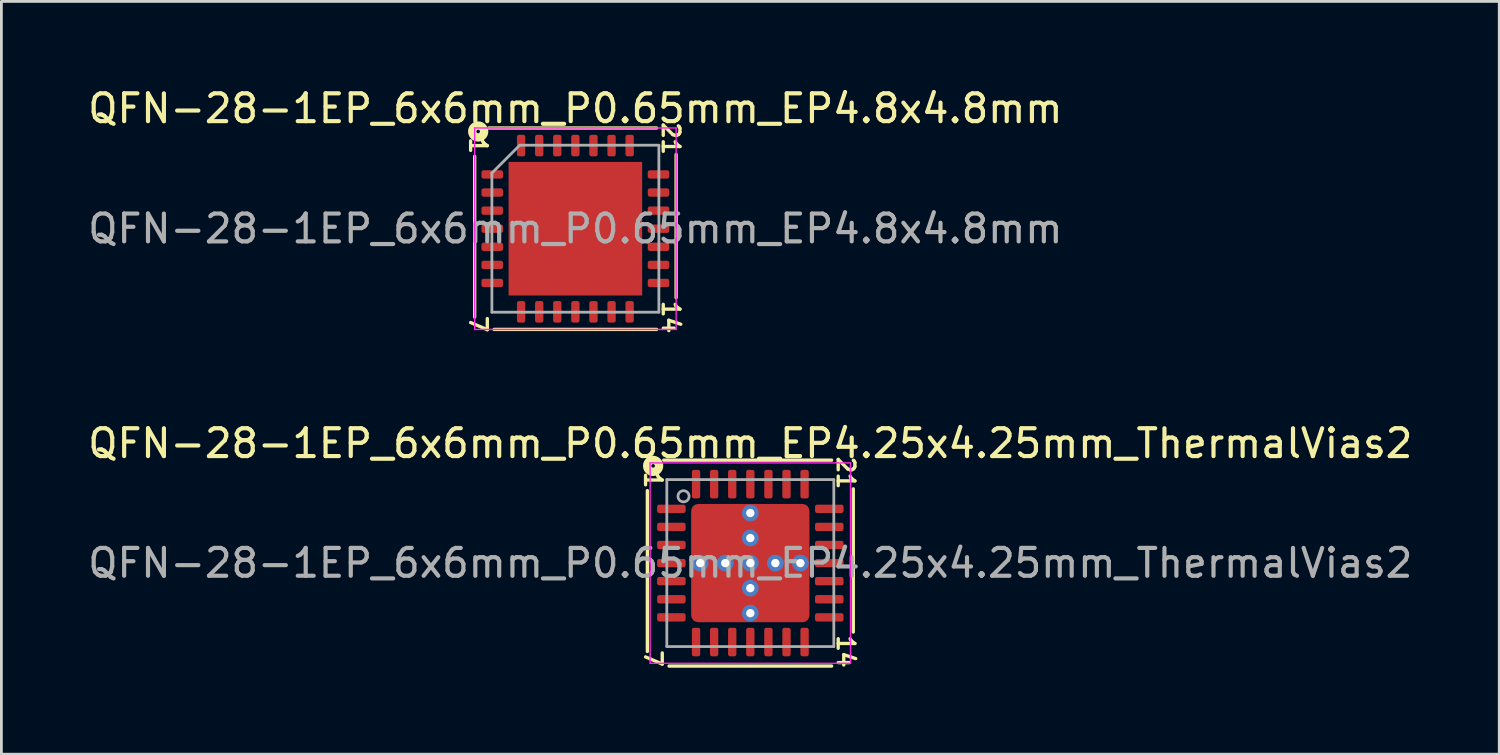
<source format=kicad_pcb>
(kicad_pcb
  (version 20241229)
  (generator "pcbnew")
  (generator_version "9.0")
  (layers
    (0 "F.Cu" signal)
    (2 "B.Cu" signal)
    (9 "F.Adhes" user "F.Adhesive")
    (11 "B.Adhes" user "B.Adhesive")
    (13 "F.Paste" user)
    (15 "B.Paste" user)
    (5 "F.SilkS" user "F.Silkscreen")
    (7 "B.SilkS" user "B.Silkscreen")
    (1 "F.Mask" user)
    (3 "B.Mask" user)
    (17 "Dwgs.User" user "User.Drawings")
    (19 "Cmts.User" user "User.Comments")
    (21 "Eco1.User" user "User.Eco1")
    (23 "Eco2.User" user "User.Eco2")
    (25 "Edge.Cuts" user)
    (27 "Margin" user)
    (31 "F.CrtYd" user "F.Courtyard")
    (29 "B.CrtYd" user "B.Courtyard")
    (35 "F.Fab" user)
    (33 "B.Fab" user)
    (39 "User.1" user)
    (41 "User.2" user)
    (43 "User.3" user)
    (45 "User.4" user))
  (footprint "QFN-28-1EP_6x6mm_P0.65mm_EP4.25x4.25mm_ThermalVias2"
    (layer "F.Cu")
    (at 23.911 17.183)
    (property "Reference" "QFN-28-1EP_6x6mm_P0.65mm_EP4.25x4.25mm_ThermalVias2" (at 0 -4.3 0) (layer "F.SilkS") (effects (font (size 1 1) (thickness 0.15))))
    (attr smd)
    (fp_line (start -3.7 -2.603) (end -3.7 3.175) (stroke (width 0.12) (type solid)) (layer "F.SilkS"))
    (fp_line (start -2.921 3.7) (end 2.921 3.7) (stroke (width 0.12) (type solid)) (layer "F.SilkS"))
    (fp_line (start 2.921 -3.7) (end -3.111 -3.7) (stroke (width 0.12) (type solid)) (layer "F.SilkS"))
    (fp_line (start 3.7 2.477) (end 3.7 -2.667) (stroke (width 0.12) (type solid)) (layer "F.SilkS"))
    (fp_circle (center -3.493 -3.493) (end -3.429 -3.493) (stroke (width 0.3) (type solid)) (fill no) (layer "F.SilkS"))
    (fp_line (start -3.6 -3.6) (end -3.6 3.6) (stroke (width 0.05) (type solid)) (layer "F.CrtYd"))
    (fp_line (start -3.6 3.6) (end 3.6 3.6) (stroke (width 0.05) (type solid)) (layer "F.CrtYd"))
    (fp_line (start 3.6 -3.6) (end -3.6 -3.6) (stroke (width 0.05) (type solid)) (layer "F.CrtYd"))
    (fp_line (start 3.6 3.6) (end 3.6 -3.6) (stroke (width 0.05) (type solid)) (layer "F.CrtYd"))
    (fp_line (start -3 -3) (end 3 -3) (stroke (width 0.1) (type solid)) (layer "F.Fab"))
    (fp_line (start -3 3) (end -3 -3) (stroke (width 0.1) (type solid)) (layer "F.Fab"))
    (fp_line (start 3 -3) (end 3 3) (stroke (width 0.1) (type solid)) (layer "F.Fab"))
    (fp_line (start 3 3) (end -3 3) (stroke (width 0.1) (type solid)) (layer "F.Fab"))
    (fp_circle (center -2.4 -2.4) (end -2.2 -2.4) (stroke (width 0.1) (type solid)) (fill no) (layer "F.Fab"))
    (fp_text user "7" (at -3.493 3.429 270) (unlocked yes) (layer "F.SilkS") (effects (font (size 0.6 0.6) (thickness 0.12))))
    (fp_text user "1" (at -3.493 -2.985 270) (unlocked yes) (layer "F.SilkS") (effects (font (size 0.6 0.6) (thickness 0.12))))
    (fp_text user "14" (at 3.429 3.175 270) (unlocked yes) (layer "F.SilkS") (effects (font (size 0.6 0.6) (thickness 0.12))))
    (fp_text user "21" (at 3.429 -3.239 270) (unlocked yes) (layer "F.SilkS") (effects (font (size 0.6 0.6) (thickness 0.12))))
    (fp_text user "${REFERENCE}" (at 0 0 0) (layer "F.Fab") (effects (font (size 1 1) (thickness 0.15))))
    (pad "" smd roundrect (at -1.575 -1.575) (size 0.65 0.65) (layers "F.Paste") (roundrect_rratio 0.25))
    (pad "" smd roundrect (at -1.575 -0.725) (size 0.65 0.65) (layers "F.Paste") (roundrect_rratio 0.25))
    (pad "" smd roundrect (at -1.575 0.725) (size 0.65 0.65) (layers "F.Paste") (roundrect_rratio 0.25))
    (pad "" smd roundrect (at -1.575 1.575) (size 0.65 0.65) (layers "F.Paste") (roundrect_rratio 0.25))
    (pad "" smd roundrect (at -1.163 -1.163) (size 1.725 1.725) (layers "F.Mask") (roundrect_rratio 0.145))
    (pad "" smd roundrect (at -1.163 1.163) (size 1.725 1.725) (layers "F.Mask") (roundrect_rratio 0.145))
    (pad "" smd roundrect (at -0.725 -1.575) (size 0.65 0.65) (layers "F.Paste") (roundrect_rratio 0.25))
    (pad "" smd roundrect (at -0.725 -0.725) (size 0.65 0.65) (layers "F.Paste") (roundrect_rratio 0.25))
    (pad "" smd roundrect (at -0.725 0.725) (size 0.65 0.65) (layers "F.Paste") (roundrect_rratio 0.25))
    (pad "" smd roundrect (at -0.725 1.575) (size 0.65 0.65) (layers "F.Paste") (roundrect_rratio 0.25))
    (pad "" smd roundrect (at 0.725 -1.575) (size 0.65 0.65) (layers "F.Paste") (roundrect_rratio 0.25))
    (pad "" smd roundrect (at 0.725 -0.725) (size 0.65 0.65) (layers "F.Paste") (roundrect_rratio 0.25))
    (pad "" smd roundrect (at 0.725 0.725) (size 0.65 0.65) (layers "F.Paste") (roundrect_rratio 0.25))
    (pad "" smd roundrect (at 0.725 1.575) (size 0.65 0.65) (layers "F.Paste") (roundrect_rratio 0.25))
    (pad "" smd roundrect (at 1.163 -1.163) (size 1.725 1.725) (layers "F.Mask") (roundrect_rratio 0.145))
    (pad "" smd roundrect (at 1.163 1.163) (size 1.725 1.725) (layers "F.Mask") (roundrect_rratio 0.145))
    (pad "" smd roundrect (at 1.575 -1.575) (size 0.65 0.65) (layers "F.Paste") (roundrect_rratio 0.25))
    (pad "" smd roundrect (at 1.575 -0.725) (size 0.65 0.65) (layers "F.Paste") (roundrect_rratio 0.25))
    (pad "" smd roundrect (at 1.575 0.725) (size 0.65 0.65) (layers "F.Paste") (roundrect_rratio 0.25))
    (pad "" smd roundrect (at 1.575 1.575) (size 0.65 0.65) (layers "F.Paste") (roundrect_rratio 0.25))
    (pad "1" smd roundrect (at -2.837 -1.95) (size 1.025 0.3) (layers "F.Cu" "F.Mask" "F.Paste") (roundrect_rratio 0.25))
    (pad "2" smd roundrect (at -2.837 -1.3) (size 1.025 0.3) (layers "F.Cu" "F.Mask" "F.Paste") (roundrect_rratio 0.25))
    (pad "3" smd roundrect (at -2.837 -0.65) (size 1.025 0.3) (layers "F.Cu" "F.Mask" "F.Paste") (roundrect_rratio 0.25))
    (pad "4" smd roundrect (at -2.837 0) (size 1.025 0.3) (layers "F.Cu" "F.Mask" "F.Paste") (roundrect_rratio 0.25))
    (pad "5" smd roundrect (at -2.837 0.65) (size 1.025 0.3) (layers "F.Cu" "F.Mask" "F.Paste") (roundrect_rratio 0.25))
    (pad "6" smd roundrect (at -2.837 1.3) (size 1.025 0.3) (layers "F.Cu" "F.Mask" "F.Paste") (roundrect_rratio 0.25))
    (pad "7" smd roundrect (at -2.837 1.95) (size 1.025 0.3) (layers "F.Cu" "F.Mask" "F.Paste") (roundrect_rratio 0.25))
    (pad "8" smd roundrect (at -1.95 2.837) (size 0.3 1.025) (layers "F.Cu" "F.Mask" "F.Paste") (roundrect_rratio 0.25))
    (pad "9" smd roundrect (at -1.3 2.837) (size 0.3 1.025) (layers "F.Cu" "F.Mask" "F.Paste") (roundrect_rratio 0.25))
    (pad "10" smd roundrect (at -0.65 2.837) (size 0.3 1.025) (layers "F.Cu" "F.Mask" "F.Paste") (roundrect_rratio 0.25))
    (pad "11" smd roundrect (at 0 2.837) (size 0.3 1.025) (layers "F.Cu" "F.Mask" "F.Paste") (roundrect_rratio 0.25))
    (pad "12" smd roundrect (at 0.65 2.837) (size 0.3 1.025) (layers "F.Cu" "F.Mask" "F.Paste") (roundrect_rratio 0.25))
    (pad "13" smd roundrect (at 1.3 2.837) (size 0.3 1.025) (layers "F.Cu" "F.Mask" "F.Paste") (roundrect_rratio 0.25))
    (pad "14" smd roundrect (at 1.95 2.837) (size 0.3 1.025) (layers "F.Cu" "F.Mask" "F.Paste") (roundrect_rratio 0.25))
    (pad "15" smd roundrect (at 2.837 1.95) (size 1.025 0.3) (layers "F.Cu" "F.Mask" "F.Paste") (roundrect_rratio 0.25))
    (pad "16" smd roundrect (at 2.837 1.3) (size 1.025 0.3) (layers "F.Cu" "F.Mask" "F.Paste") (roundrect_rratio 0.25))
    (pad "17" smd roundrect (at 2.837 0.65) (size 1.025 0.3) (layers "F.Cu" "F.Mask" "F.Paste") (roundrect_rratio 0.25))
    (pad "18" smd roundrect (at 2.837 0) (size 1.025 0.3) (layers "F.Cu" "F.Mask" "F.Paste") (roundrect_rratio 0.25))
    (pad "19" smd roundrect (at 2.837 -0.65) (size 1.025 0.3) (layers "F.Cu" "F.Mask" "F.Paste") (roundrect_rratio 0.25))
    (pad "20" smd roundrect (at 2.837 -1.3) (size 1.025 0.3) (layers "F.Cu" "F.Mask" "F.Paste") (roundrect_rratio 0.25))
    (pad "21" smd roundrect (at 2.837 -1.95) (size 1.025 0.3) (layers "F.Cu" "F.Mask" "F.Paste") (roundrect_rratio 0.25))
    (pad "22" smd roundrect (at 1.95 -2.837) (size 0.3 1.025) (layers "F.Cu" "F.Mask" "F.Paste") (roundrect_rratio 0.25))
    (pad "23" smd roundrect (at 1.3 -2.837) (size 0.3 1.025) (layers "F.Cu" "F.Mask" "F.Paste") (roundrect_rratio 0.25))
    (pad "24" smd roundrect (at 0.65 -2.837) (size 0.3 1.025) (layers "F.Cu" "F.Mask" "F.Paste") (roundrect_rratio 0.25))
    (pad "25" smd roundrect (at 0 -2.837) (size 0.3 1.025) (layers "F.Cu" "F.Mask" "F.Paste") (roundrect_rratio 0.25))
    (pad "26" smd roundrect (at -0.65 -2.837) (size 0.3 1.025) (layers "F.Cu" "F.Mask" "F.Paste") (roundrect_rratio 0.25))
    (pad "27" smd roundrect (at -1.3 -2.837) (size 0.3 1.025) (layers "F.Cu" "F.Mask" "F.Paste") (roundrect_rratio 0.25))
    (pad "28" smd roundrect (at -1.95 -2.837) (size 0.3 1.025) (layers "F.Cu" "F.Mask" "F.Paste") (roundrect_rratio 0.25))
    (pad "29" thru_hole circle (at -1.8 0) (size 0.6 0.6) (drill 0.3) (property pad_prop_heatsink) (layers "*.Cu" "*.Mask"))
    (pad "29" thru_hole circle (at -0.9 0) (size 0.6 0.6) (drill 0.3) (property pad_prop_heatsink) (layers "*.Cu" "*.Mask"))
    (pad "29" thru_hole circle (at 0 -1.8) (size 0.6 0.6) (drill 0.3) (property pad_prop_heatsink) (layers "*.Cu" "*.Mask"))
    (pad "29" thru_hole circle (at 0 -0.9) (size 0.6 0.6) (drill 0.3) (property pad_prop_heatsink) (layers "*.Cu" "*.Mask"))
    (pad "29" thru_hole circle (at 0 0) (size 0.6 0.6) (drill 0.3) (property pad_prop_heatsink) (layers "*.Cu" "*.Mask"))
    (pad "29" smd roundrect (at 0 0) (size 4.25 4.25) (layers "F.Cu") (roundrect_rratio 0.059))
    (pad "29" thru_hole circle (at 0 0.9) (size 0.6 0.6) (drill 0.3) (property pad_prop_heatsink) (layers "*.Cu" "*.Mask"))
    (pad "29" thru_hole circle (at 0 1.8) (size 0.6 0.6) (drill 0.3) (property pad_prop_heatsink) (layers "*.Cu" "*.Mask"))
    (pad "29" thru_hole circle (at 0.9 0) (size 0.6 0.6) (drill 0.3) (property pad_prop_heatsink) (layers "*.Cu" "*.Mask"))
    (pad "29" thru_hole circle (at 1.8 0) (size 0.6 0.6) (drill 0.3) (property pad_prop_heatsink) (layers "*.Cu" "*.Mask")))
  (footprint "QFN-28-1EP_6x6mm_P0.65mm_EP4.8x4.8mm"
    (layer "F.Cu")
    (at 17.625 5.168)
    (property "Reference" "QFN-28-1EP_6x6mm_P0.65mm_EP4.8x4.8mm" (at 0 -4.32 0) (layer "F.SilkS") (effects (font (size 1 1) (thickness 0.15))))
    (attr smd)
    (fp_line (start -3.619 -2.603) (end -3.619 3.175) (stroke (width 0.12) (type solid)) (layer "F.SilkS"))
    (fp_line (start -2.921 3.619) (end 2.921 3.619) (stroke (width 0.12) (type solid)) (layer "F.SilkS"))
    (fp_line (start 2.921 -3.619) (end -3.111 -3.619) (stroke (width 0.12) (type solid)) (layer "F.SilkS"))
    (fp_line (start 3.619 2.477) (end 3.619 -2.667) (stroke (width 0.12) (type solid)) (layer "F.SilkS"))
    (fp_circle (center -3.493 -3.493) (end -3.429 -3.493) (stroke (width 0.3) (type solid)) (fill no) (layer "F.SilkS"))
    (fp_line (start -3.62 -3.62) (end -3.62 3.62) (stroke (width 0.05) (type solid)) (layer "F.CrtYd"))
    (fp_line (start -3.62 3.62) (end 3.62 3.62) (stroke (width 0.05) (type solid)) (layer "F.CrtYd"))
    (fp_line (start 3.62 -3.62) (end -3.62 -3.62) (stroke (width 0.05) (type solid)) (layer "F.CrtYd"))
    (fp_line (start 3.62 3.62) (end 3.62 -3.62) (stroke (width 0.05) (type solid)) (layer "F.CrtYd"))
    (fp_line (start -3 -2) (end -2 -3) (stroke (width 0.1) (type solid)) (layer "F.Fab"))
    (fp_line (start -3 3) (end -3 -2) (stroke (width 0.1) (type solid)) (layer "F.Fab"))
    (fp_line (start -2 -3) (end 3 -3) (stroke (width 0.1) (type solid)) (layer "F.Fab"))
    (fp_line (start 3 -3) (end 3 3) (stroke (width 0.1) (type solid)) (layer "F.Fab"))
    (fp_line (start 3 3) (end -3 3) (stroke (width 0.1) (type solid)) (layer "F.Fab"))
    (fp_text user "14" (at 3.429 3.175 270) (unlocked yes) (layer "F.SilkS") (effects (font (size 0.6 0.6) (thickness 0.12))))
    (fp_text user "21" (at 3.429 -3.239 270) (unlocked yes) (layer "F.SilkS") (effects (font (size 0.6 0.6) (thickness 0.12))))
    (fp_text user "1" (at -3.493 -2.985 270) (unlocked yes) (layer "F.SilkS") (effects (font (size 0.6 0.6) (thickness 0.12))))
    (fp_text user "7" (at -3.493 3.429 270) (unlocked yes) (layer "F.SilkS") (effects (font (size 0.6 0.6) (thickness 0.12))))
    (fp_text user "${REFERENCE}" (at 0 0 0) (layer "F.Fab") (effects (font (size 1 1) (thickness 0.15))))
    (pad "" smd roundrect (at -1.6 -1.6) (size 1.29 1.29) (layers "F.Paste") (roundrect_rratio 0.194))
    (pad "" smd roundrect (at -1.6 0) (size 1.29 1.29) (layers "F.Paste") (roundrect_rratio 0.194))
    (pad "" smd roundrect (at -1.6 1.6) (size 1.29 1.29) (layers "F.Paste") (roundrect_rratio 0.194))
    (pad "" smd roundrect (at 0 -1.6) (size 1.29 1.29) (layers "F.Paste") (roundrect_rratio 0.194))
    (pad "" smd roundrect (at 0 0) (size 1.29 1.29) (layers "F.Paste") (roundrect_rratio 0.194))
    (pad "" smd roundrect (at 0 1.6) (size 1.29 1.29) (layers "F.Paste") (roundrect_rratio 0.194))
    (pad "" smd roundrect (at 1.6 -1.6) (size 1.29 1.29) (layers "F.Paste") (roundrect_rratio 0.194))
    (pad "" smd roundrect (at 1.6 0) (size 1.29 1.29) (layers "F.Paste") (roundrect_rratio 0.194))
    (pad "" smd roundrect (at 1.6 1.6) (size 1.29 1.29) (layers "F.Paste") (roundrect_rratio 0.194))
    (pad "1" smd roundrect (at -2.987 -1.95) (size 0.775 0.3) (layers "F.Cu" "F.Mask" "F.Paste") (roundrect_rratio 0.25))
    (pad "2" smd roundrect (at -2.987 -1.3) (size 0.775 0.3) (layers "F.Cu" "F.Mask" "F.Paste") (roundrect_rratio 0.25))
    (pad "3" smd roundrect (at -2.987 -0.65) (size 0.775 0.3) (layers "F.Cu" "F.Mask" "F.Paste") (roundrect_rratio 0.25))
    (pad "4" smd roundrect (at -2.987 0) (size 0.775 0.3) (layers "F.Cu" "F.Mask" "F.Paste") (roundrect_rratio 0.25))
    (pad "5" smd roundrect (at -2.987 0.65) (size 0.775 0.3) (layers "F.Cu" "F.Mask" "F.Paste") (roundrect_rratio 0.25))
    (pad "6" smd roundrect (at -2.987 1.3) (size 0.775 0.3) (layers "F.Cu" "F.Mask" "F.Paste") (roundrect_rratio 0.25))
    (pad "7" smd roundrect (at -2.987 1.95) (size 0.775 0.3) (layers "F.Cu" "F.Mask" "F.Paste") (roundrect_rratio 0.25))
    (pad "8" smd roundrect (at -1.95 2.987) (size 0.3 0.775) (layers "F.Cu" "F.Mask" "F.Paste") (roundrect_rratio 0.25))
    (pad "9" smd roundrect (at -1.3 2.987) (size 0.3 0.775) (layers "F.Cu" "F.Mask" "F.Paste") (roundrect_rratio 0.25))
    (pad "10" smd roundrect (at -0.65 2.987) (size 0.3 0.775) (layers "F.Cu" "F.Mask" "F.Paste") (roundrect_rratio 0.25))
    (pad "11" smd roundrect (at 0 2.987) (size 0.3 0.775) (layers "F.Cu" "F.Mask" "F.Paste") (roundrect_rratio 0.25))
    (pad "12" smd roundrect (at 0.65 2.987) (size 0.3 0.775) (layers "F.Cu" "F.Mask" "F.Paste") (roundrect_rratio 0.25))
    (pad "13" smd roundrect (at 1.3 2.987) (size 0.3 0.775) (layers "F.Cu" "F.Mask" "F.Paste") (roundrect_rratio 0.25))
    (pad "14" smd roundrect (at 1.95 2.987) (size 0.3 0.775) (layers "F.Cu" "F.Mask" "F.Paste") (roundrect_rratio 0.25))
    (pad "15" smd roundrect (at 2.987 1.95) (size 0.775 0.3) (layers "F.Cu" "F.Mask" "F.Paste") (roundrect_rratio 0.25))
    (pad "16" smd roundrect (at 2.987 1.3) (size 0.775 0.3) (layers "F.Cu" "F.Mask" "F.Paste") (roundrect_rratio 0.25))
    (pad "17" smd roundrect (at 2.987 0.65) (size 0.775 0.3) (layers "F.Cu" "F.Mask" "F.Paste") (roundrect_rratio 0.25))
    (pad "18" smd roundrect (at 2.987 0) (size 0.775 0.3) (layers "F.Cu" "F.Mask" "F.Paste") (roundrect_rratio 0.25))
    (pad "19" smd roundrect (at 2.987 -0.65) (size 0.775 0.3) (layers "F.Cu" "F.Mask" "F.Paste") (roundrect_rratio 0.25))
    (pad "20" smd roundrect (at 2.987 -1.3) (size 0.775 0.3) (layers "F.Cu" "F.Mask" "F.Paste") (roundrect_rratio 0.25))
    (pad "21" smd roundrect (at 2.987 -1.95) (size 0.775 0.3) (layers "F.Cu" "F.Mask" "F.Paste") (roundrect_rratio 0.25))
    (pad "22" smd roundrect (at 1.95 -2.987) (size 0.3 0.775) (layers "F.Cu" "F.Mask" "F.Paste") (roundrect_rratio 0.25))
    (pad "23" smd roundrect (at 1.3 -2.987) (size 0.3 0.775) (layers "F.Cu" "F.Mask" "F.Paste") (roundrect_rratio 0.25))
    (pad "24" smd roundrect (at 0.65 -2.987) (size 0.3 0.775) (layers "F.Cu" "F.Mask" "F.Paste") (roundrect_rratio 0.25))
    (pad "25" smd roundrect (at 0 -2.987) (size 0.3 0.775) (layers "F.Cu" "F.Mask" "F.Paste") (roundrect_rratio 0.25))
    (pad "26" smd roundrect (at -0.65 -2.987) (size 0.3 0.775) (layers "F.Cu" "F.Mask" "F.Paste") (roundrect_rratio 0.25))
    (pad "27" smd roundrect (at -1.3 -2.987) (size 0.3 0.775) (layers "F.Cu" "F.Mask" "F.Paste") (roundrect_rratio 0.25))
    (pad "28" smd roundrect (at -1.95 -2.987) (size 0.3 0.775) (layers "F.Cu" "F.Mask" "F.Paste") (roundrect_rratio 0.25))
    (pad "29" smd rect (at 0 0) (size 4.8 4.8) (layers "F.Cu" "F.Mask")))
  (gr_rect
    (start -3 -3)
    (end 50.821 24.049)
    (stroke (width 0.1) (type default))
    (fill no)
    (layer "Edge.Cuts")))
</source>
